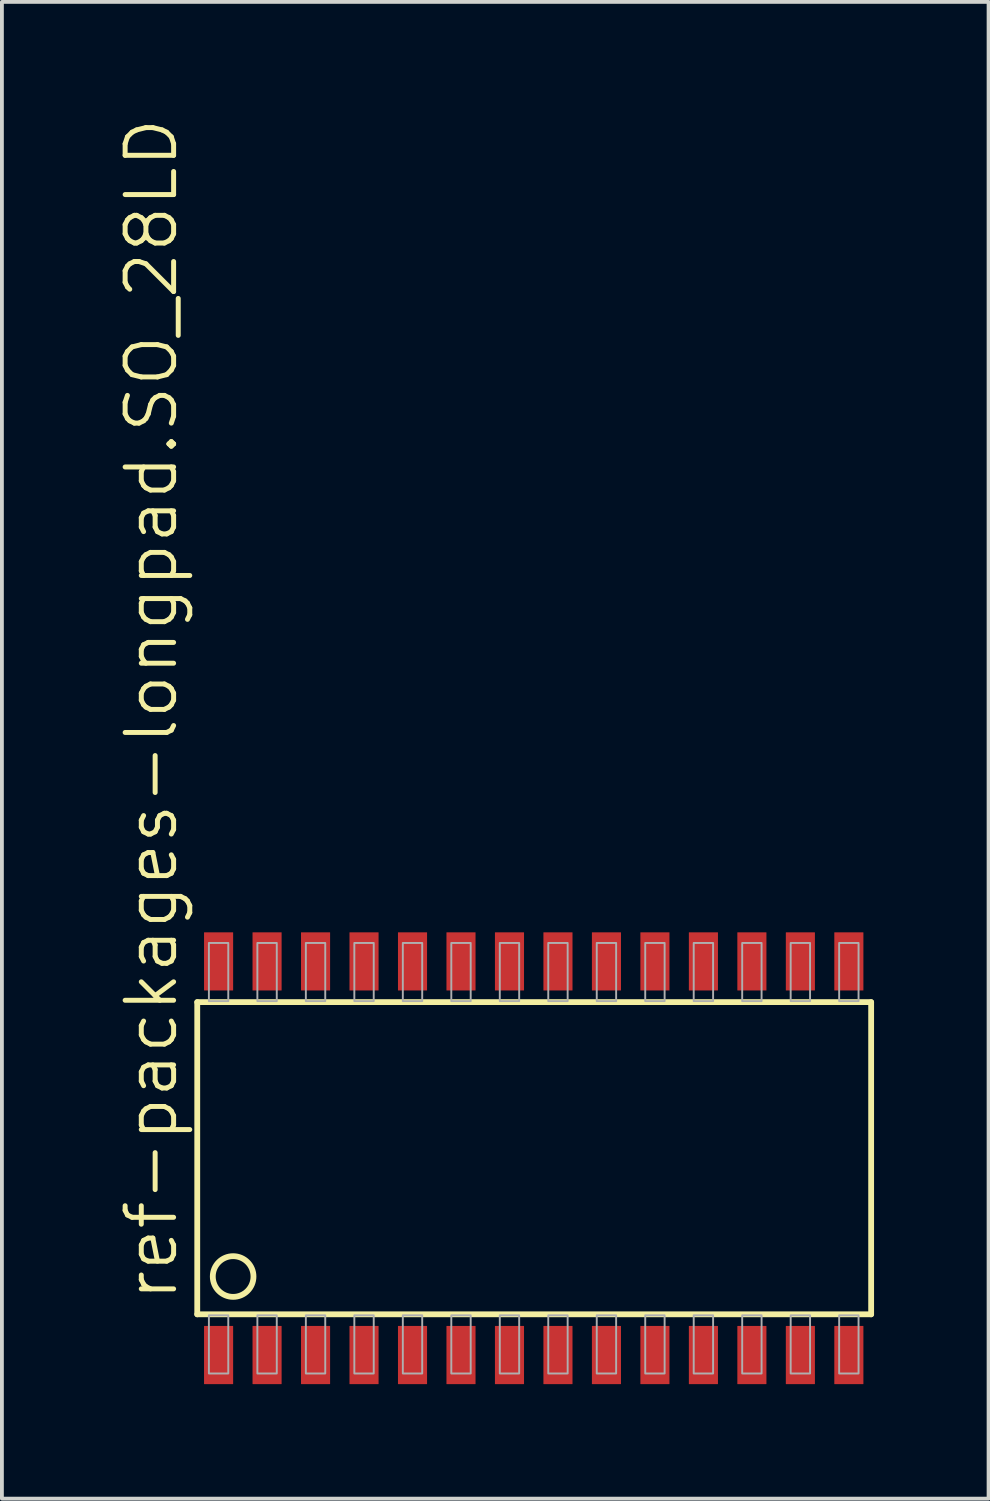
<source format=kicad_pcb>
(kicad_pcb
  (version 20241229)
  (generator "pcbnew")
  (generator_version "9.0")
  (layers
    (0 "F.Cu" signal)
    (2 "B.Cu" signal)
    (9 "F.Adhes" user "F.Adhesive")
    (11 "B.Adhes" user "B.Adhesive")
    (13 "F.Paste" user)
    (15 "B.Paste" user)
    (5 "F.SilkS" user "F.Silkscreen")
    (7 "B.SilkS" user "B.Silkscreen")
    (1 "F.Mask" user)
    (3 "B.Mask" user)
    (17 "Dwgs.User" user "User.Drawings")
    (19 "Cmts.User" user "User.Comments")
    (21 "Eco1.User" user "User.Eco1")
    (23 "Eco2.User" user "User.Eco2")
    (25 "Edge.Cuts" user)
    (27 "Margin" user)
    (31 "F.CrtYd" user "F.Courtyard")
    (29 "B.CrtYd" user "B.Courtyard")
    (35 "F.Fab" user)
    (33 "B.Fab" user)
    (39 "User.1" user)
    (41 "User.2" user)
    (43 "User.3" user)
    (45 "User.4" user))
  (footprint "ref-packages-longpad.SO_28LD"
    (layer "F.Cu")
    (at 10.931 27.29)
    (property "Reference" "ref-packages-longpad.SO_28LD" (at -9.271 3.81 90) (layer "F.SilkS") (effects (font (size 1.27 1.27) (thickness 0.13)) (justify left bottom)))
    (attr smd)
    (fp_line (start -8.814 -4.089) (end -8.814 4.089) (stroke (width 0.152) (type default)) (layer "F.SilkS"))
    (fp_line (start -8.814 4.089) (end 8.839 4.089) (stroke (width 0.152) (type default)) (layer "F.SilkS"))
    (fp_line (start 8.839 -4.089) (end -8.814 -4.089) (stroke (width 0.152) (type default)) (layer "F.SilkS"))
    (fp_line (start 8.839 4.089) (end 8.839 -4.089) (stroke (width 0.152) (type default)) (layer "F.SilkS"))
    (fp_circle (center -7.874 3.099) (end -7.341 3.099) (stroke (width 0.152) (type default)) (fill no) (layer "F.SilkS"))
    (fp_rect (start -8.509 -4.115) (end -8.001 -5.639) (stroke (width 0.05) (type default)) (fill no) (layer "F.Fab"))
    (fp_rect (start -8.509 5.639) (end -8.001 4.115) (stroke (width 0.05) (type default)) (fill no) (layer "F.Fab"))
    (fp_rect (start -7.239 -4.115) (end -6.731 -5.639) (stroke (width 0.05) (type default)) (fill no) (layer "F.Fab"))
    (fp_rect (start -7.239 5.639) (end -6.731 4.115) (stroke (width 0.05) (type default)) (fill no) (layer "F.Fab"))
    (fp_rect (start -5.969 -4.115) (end -5.461 -5.639) (stroke (width 0.05) (type default)) (fill no) (layer "F.Fab"))
    (fp_rect (start -5.969 5.639) (end -5.461 4.115) (stroke (width 0.05) (type default)) (fill no) (layer "F.Fab"))
    (fp_rect (start -4.699 -4.115) (end -4.191 -5.639) (stroke (width 0.05) (type default)) (fill no) (layer "F.Fab"))
    (fp_rect (start -4.699 5.639) (end -4.191 4.115) (stroke (width 0.05) (type default)) (fill no) (layer "F.Fab"))
    (fp_rect (start -3.429 -4.115) (end -2.921 -5.639) (stroke (width 0.05) (type default)) (fill no) (layer "F.Fab"))
    (fp_rect (start -3.429 5.639) (end -2.921 4.115) (stroke (width 0.05) (type default)) (fill no) (layer "F.Fab"))
    (fp_rect (start -2.159 -4.115) (end -1.651 -5.639) (stroke (width 0.05) (type default)) (fill no) (layer "F.Fab"))
    (fp_rect (start -2.159 5.639) (end -1.651 4.115) (stroke (width 0.05) (type default)) (fill no) (layer "F.Fab"))
    (fp_rect (start -0.889 -4.115) (end -0.381 -5.639) (stroke (width 0.05) (type default)) (fill no) (layer "F.Fab"))
    (fp_rect (start -0.889 5.639) (end -0.381 4.115) (stroke (width 0.05) (type default)) (fill no) (layer "F.Fab"))
    (fp_rect (start 0.381 -4.115) (end 0.889 -5.639) (stroke (width 0.05) (type default)) (fill no) (layer "F.Fab"))
    (fp_rect (start 0.381 5.639) (end 0.889 4.115) (stroke (width 0.05) (type default)) (fill no) (layer "F.Fab"))
    (fp_rect (start 1.651 -4.115) (end 2.159 -5.639) (stroke (width 0.05) (type default)) (fill no) (layer "F.Fab"))
    (fp_rect (start 1.651 5.639) (end 2.159 4.115) (stroke (width 0.05) (type default)) (fill no) (layer "F.Fab"))
    (fp_rect (start 2.921 -4.115) (end 3.429 -5.639) (stroke (width 0.05) (type default)) (fill no) (layer "F.Fab"))
    (fp_rect (start 2.921 5.639) (end 3.429 4.115) (stroke (width 0.05) (type default)) (fill no) (layer "F.Fab"))
    (fp_rect (start 4.191 -4.115) (end 4.699 -5.639) (stroke (width 0.05) (type default)) (fill no) (layer "F.Fab"))
    (fp_rect (start 4.191 5.639) (end 4.699 4.115) (stroke (width 0.05) (type default)) (fill no) (layer "F.Fab"))
    (fp_rect (start 5.461 -4.115) (end 5.969 -5.639) (stroke (width 0.05) (type default)) (fill no) (layer "F.Fab"))
    (fp_rect (start 5.461 5.639) (end 5.969 4.115) (stroke (width 0.05) (type default)) (fill no) (layer "F.Fab"))
    (fp_rect (start 6.731 -4.115) (end 7.239 -5.639) (stroke (width 0.05) (type default)) (fill no) (layer "F.Fab"))
    (fp_rect (start 6.731 5.639) (end 7.239 4.115) (stroke (width 0.05) (type default)) (fill no) (layer "F.Fab"))
    (fp_rect (start 8.001 -4.115) (end 8.509 -5.639) (stroke (width 0.05) (type default)) (fill no) (layer "F.Fab"))
    (fp_rect (start 8.001 5.639) (end 8.509 4.115) (stroke (width 0.05) (type default)) (fill no) (layer "F.Fab"))
    (pad "1" smd roundrect (at -8.255 5.156) (size 0.762 1.524) (layers "F.Cu" "F.Mask" "F.Paste") (roundrect_rratio 0.01))
    (pad "2" smd roundrect (at -6.985 5.156) (size 0.762 1.524) (layers "F.Cu" "F.Mask" "F.Paste") (roundrect_rratio 0.01))
    (pad "3" smd roundrect (at -5.715 5.156) (size 0.762 1.524) (layers "F.Cu" "F.Mask" "F.Paste") (roundrect_rratio 0.01))
    (pad "4" smd roundrect (at -4.445 5.156) (size 0.762 1.524) (layers "F.Cu" "F.Mask" "F.Paste") (roundrect_rratio 0.01))
    (pad "5" smd roundrect (at -3.175 5.156) (size 0.762 1.524) (layers "F.Cu" "F.Mask" "F.Paste") (roundrect_rratio 0.01))
    (pad "6" smd roundrect (at -1.905 5.156) (size 0.762 1.524) (layers "F.Cu" "F.Mask" "F.Paste") (roundrect_rratio 0.01))
    (pad "7" smd roundrect (at -0.635 5.156) (size 0.762 1.524) (layers "F.Cu" "F.Mask" "F.Paste") (roundrect_rratio 0.01))
    (pad "8" smd roundrect (at 0.635 5.156) (size 0.762 1.524) (layers "F.Cu" "F.Mask" "F.Paste") (roundrect_rratio 0.01))
    (pad "9" smd roundrect (at 1.905 5.156) (size 0.762 1.524) (layers "F.Cu" "F.Mask" "F.Paste") (roundrect_rratio 0.01))
    (pad "10" smd roundrect (at 3.175 5.156) (size 0.762 1.524) (layers "F.Cu" "F.Mask" "F.Paste") (roundrect_rratio 0.01))
    (pad "11" smd roundrect (at 4.445 5.156) (size 0.762 1.524) (layers "F.Cu" "F.Mask" "F.Paste") (roundrect_rratio 0.01))
    (pad "12" smd roundrect (at 5.715 5.156) (size 0.762 1.524) (layers "F.Cu" "F.Mask" "F.Paste") (roundrect_rratio 0.01))
    (pad "13" smd roundrect (at 6.985 5.156) (size 0.762 1.524) (layers "F.Cu" "F.Mask" "F.Paste") (roundrect_rratio 0.01))
    (pad "14" smd roundrect (at 8.255 5.156) (size 0.762 1.524) (layers "F.Cu" "F.Mask" "F.Paste") (roundrect_rratio 0.01))
    (pad "15" smd roundrect (at 8.255 -5.156) (size 0.762 1.524) (layers "F.Cu" "F.Mask" "F.Paste") (roundrect_rratio 0.01))
    (pad "16" smd roundrect (at 6.985 -5.156) (size 0.762 1.524) (layers "F.Cu" "F.Mask" "F.Paste") (roundrect_rratio 0.01))
    (pad "17" smd roundrect (at 5.715 -5.156) (size 0.762 1.524) (layers "F.Cu" "F.Mask" "F.Paste") (roundrect_rratio 0.01))
    (pad "18" smd roundrect (at 4.445 -5.156) (size 0.762 1.524) (layers "F.Cu" "F.Mask" "F.Paste") (roundrect_rratio 0.01))
    (pad "19" smd roundrect (at 3.175 -5.156) (size 0.762 1.524) (layers "F.Cu" "F.Mask" "F.Paste") (roundrect_rratio 0.01))
    (pad "20" smd roundrect (at 1.905 -5.156) (size 0.762 1.524) (layers "F.Cu" "F.Mask" "F.Paste") (roundrect_rratio 0.01))
    (pad "21" smd roundrect (at 0.635 -5.156) (size 0.762 1.524) (layers "F.Cu" "F.Mask" "F.Paste") (roundrect_rratio 0.01))
    (pad "22" smd roundrect (at -0.635 -5.156) (size 0.762 1.524) (layers "F.Cu" "F.Mask" "F.Paste") (roundrect_rratio 0.01))
    (pad "23" smd roundrect (at -1.905 -5.156) (size 0.762 1.524) (layers "F.Cu" "F.Mask" "F.Paste") (roundrect_rratio 0.01))
    (pad "24" smd roundrect (at -3.175 -5.156) (size 0.762 1.524) (layers "F.Cu" "F.Mask" "F.Paste") (roundrect_rratio 0.01))
    (pad "25" smd roundrect (at -4.445 -5.156) (size 0.762 1.524) (layers "F.Cu" "F.Mask" "F.Paste") (roundrect_rratio 0.01))
    (pad "26" smd roundrect (at -5.715 -5.156) (size 0.762 1.524) (layers "F.Cu" "F.Mask" "F.Paste") (roundrect_rratio 0.01))
    (pad "27" smd roundrect (at -6.985 -5.156) (size 0.762 1.524) (layers "F.Cu" "F.Mask" "F.Paste") (roundrect_rratio 0.01))
    (pad "28" smd roundrect (at -8.255 -5.156) (size 0.762 1.524) (layers "F.Cu" "F.Mask" "F.Paste") (roundrect_rratio 0.01)))
  (gr_rect
    (start -3 -3)
    (end 22.846 36.208)
    (stroke (width 0.1) (type default))
    (fill no)
    (layer "Edge.Cuts")))
</source>
